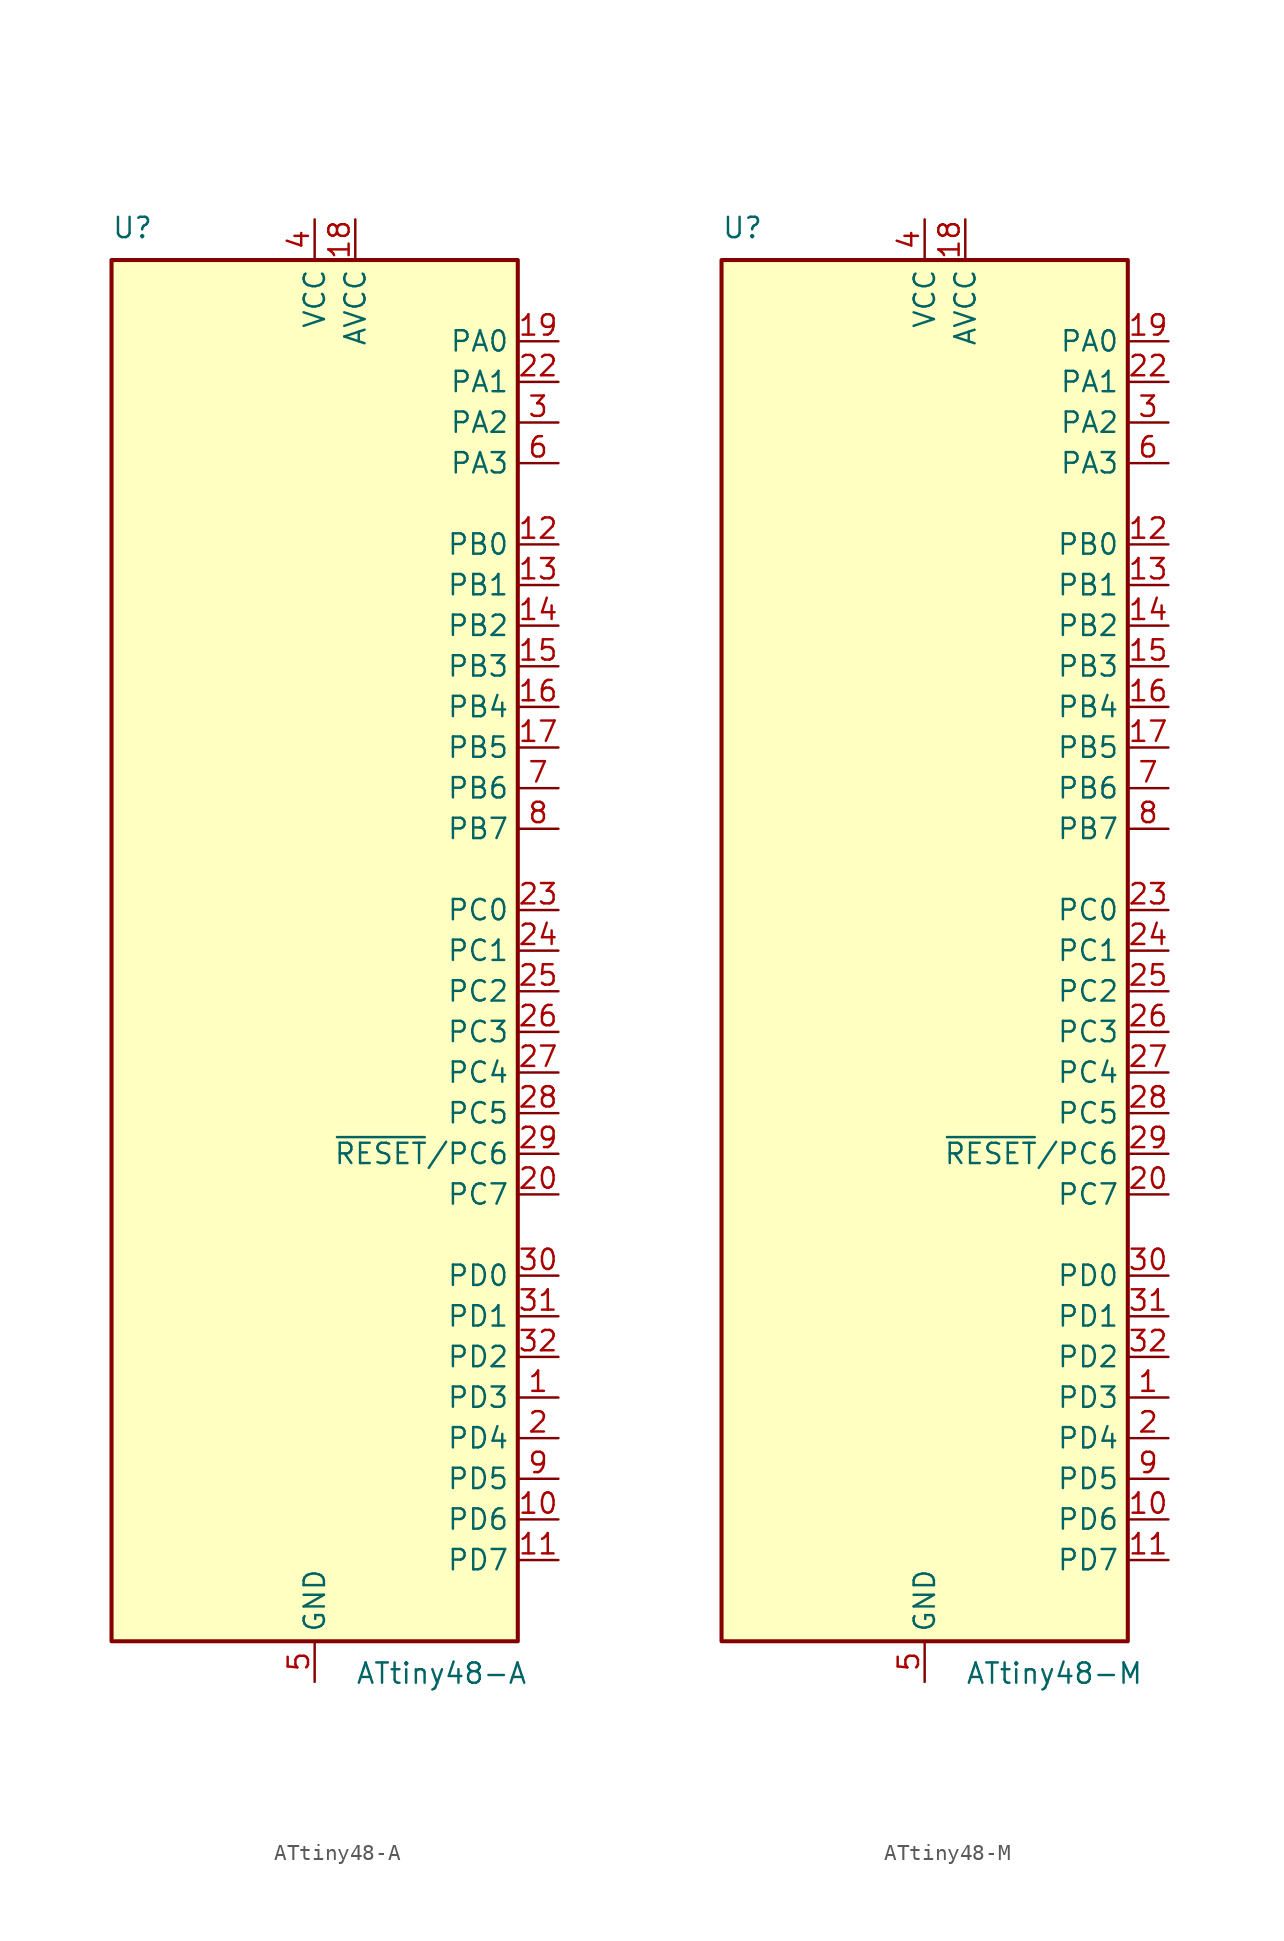
<source format=kicad_sym>
(kicad_symbol_lib
  (version 20241209)
  (generator "kicad_symbol_editor")
  (generator_version "9.0")
  (symbol "ATtiny48-A"
    (property "Reference" "U"
      (at -12.7 44.45 0)
      (effects (font (size 1.27 1.27)) (justify left bottom)))
    (property "Value" "ATtiny48-A"
      (at 2.54 -44.45 0)
      (effects (font (size 1.27 1.27)) (justify left top)))
    (symbol "ATtiny48-A_0_1"
      (rectangle (start -12.7 -43.18) (end 12.7 43.18) (stroke (width 0.254) (type default)) (fill (type background))))
    (symbol "ATtiny48-A_1_1"
      (pin power_in line (at 0 45.72 270) (length 2.54) (name "VCC" (effects (font (size 1.27 1.27)))) (number "4" (effects (font (size 1.27 1.27)))))
      (pin passive line (at 0 -45.72 90) (length 2.54) (hide yes) (name "GND" (effects (font (size 1.27 1.27)))) (number "21" (effects (font (size 1.27 1.27)))))
      (pin power_in line (at 0 -45.72 90) (length 2.54) (name "GND" (effects (font (size 1.27 1.27)))) (number "5" (effects (font (size 1.27 1.27)))))
      (pin power_in line (at 2.54 45.72 270) (length 2.54) (name "AVCC" (effects (font (size 1.27 1.27)))) (number "18" (effects (font (size 1.27 1.27)))))
      (pin bidirectional line (at 15.24 38.1 180) (length 2.54) (name "PA0" (effects (font (size 1.27 1.27)))) (number "19" (effects (font (size 1.27 1.27)))))
      (pin bidirectional line (at 15.24 35.56 180) (length 2.54) (name "PA1" (effects (font (size 1.27 1.27)))) (number "22" (effects (font (size 1.27 1.27)))))
      (pin bidirectional line (at 15.24 33.02 180) (length 2.54) (name "PA2" (effects (font (size 1.27 1.27)))) (number "3" (effects (font (size 1.27 1.27)))))
      (pin bidirectional line (at 15.24 30.48 180) (length 2.54) (name "PA3" (effects (font (size 1.27 1.27)))) (number "6" (effects (font (size 1.27 1.27)))))
      (pin bidirectional line (at 15.24 25.4 180) (length 2.54) (name "PB0" (effects (font (size 1.27 1.27)))) (number "12" (effects (font (size 1.27 1.27)))))
      (pin bidirectional line (at 15.24 22.86 180) (length 2.54) (name "PB1" (effects (font (size 1.27 1.27)))) (number "13" (effects (font (size 1.27 1.27)))))
      (pin bidirectional line (at 15.24 20.32 180) (length 2.54) (name "PB2" (effects (font (size 1.27 1.27)))) (number "14" (effects (font (size 1.27 1.27)))))
      (pin bidirectional line (at 15.24 17.78 180) (length 2.54) (name "PB3" (effects (font (size 1.27 1.27)))) (number "15" (effects (font (size 1.27 1.27)))))
      (pin bidirectional line (at 15.24 15.24 180) (length 2.54) (name "PB4" (effects (font (size 1.27 1.27)))) (number "16" (effects (font (size 1.27 1.27)))))
      (pin bidirectional line (at 15.24 12.7 180) (length 2.54) (name "PB5" (effects (font (size 1.27 1.27)))) (number "17" (effects (font (size 1.27 1.27)))))
      (pin bidirectional line (at 15.24 10.16 180) (length 2.54) (name "PB6" (effects (font (size 1.27 1.27)))) (number "7" (effects (font (size 1.27 1.27)))))
      (pin bidirectional line (at 15.24 7.62 180) (length 2.54) (name "PB7" (effects (font (size 1.27 1.27)))) (number "8" (effects (font (size 1.27 1.27)))))
      (pin bidirectional line (at 15.24 2.54 180) (length 2.54) (name "PC0" (effects (font (size 1.27 1.27)))) (number "23" (effects (font (size 1.27 1.27)))))
      (pin bidirectional line (at 15.24 0 180) (length 2.54) (name "PC1" (effects (font (size 1.27 1.27)))) (number "24" (effects (font (size 1.27 1.27)))))
      (pin bidirectional line (at 15.24 -2.54 180) (length 2.54) (name "PC2" (effects (font (size 1.27 1.27)))) (number "25" (effects (font (size 1.27 1.27)))))
      (pin bidirectional line (at 15.24 -5.08 180) (length 2.54) (name "PC3" (effects (font (size 1.27 1.27)))) (number "26" (effects (font (size 1.27 1.27)))))
      (pin bidirectional line (at 15.24 -7.62 180) (length 2.54) (name "PC4" (effects (font (size 1.27 1.27)))) (number "27" (effects (font (size 1.27 1.27)))))
      (pin bidirectional line (at 15.24 -10.16 180) (length 2.54) (name "PC5" (effects (font (size 1.27 1.27)))) (number "28" (effects (font (size 1.27 1.27)))))
      (pin bidirectional line (at 15.24 -12.7 180) (length 2.54) (name "~{RESET}/PC6" (effects (font (size 1.27 1.27)))) (number "29" (effects (font (size 1.27 1.27)))))
      (pin bidirectional line (at 15.24 -15.24 180) (length 2.54) (name "PC7" (effects (font (size 1.27 1.27)))) (number "20" (effects (font (size 1.27 1.27)))))
      (pin bidirectional line (at 15.24 -20.32 180) (length 2.54) (name "PD0" (effects (font (size 1.27 1.27)))) (number "30" (effects (font (size 1.27 1.27)))))
      (pin bidirectional line (at 15.24 -22.86 180) (length 2.54) (name "PD1" (effects (font (size 1.27 1.27)))) (number "31" (effects (font (size 1.27 1.27)))))
      (pin bidirectional line (at 15.24 -25.4 180) (length 2.54) (name "PD2" (effects (font (size 1.27 1.27)))) (number "32" (effects (font (size 1.27 1.27)))))
      (pin bidirectional line (at 15.24 -27.94 180) (length 2.54) (name "PD3" (effects (font (size 1.27 1.27)))) (number "1" (effects (font (size 1.27 1.27)))))
      (pin bidirectional line (at 15.24 -30.48 180) (length 2.54) (name "PD4" (effects (font (size 1.27 1.27)))) (number "2" (effects (font (size 1.27 1.27)))))
      (pin bidirectional line (at 15.24 -33.02 180) (length 2.54) (name "PD5" (effects (font (size 1.27 1.27)))) (number "9" (effects (font (size 1.27 1.27)))))
      (pin bidirectional line (at 15.24 -35.56 180) (length 2.54) (name "PD6" (effects (font (size 1.27 1.27)))) (number "10" (effects (font (size 1.27 1.27)))))
      (pin bidirectional line (at 15.24 -38.1 180) (length 2.54) (name "PD7" (effects (font (size 1.27 1.27)))) (number "11" (effects (font (size 1.27 1.27)))))))
  (symbol "ATtiny48-M"
    (property "Reference" "U"
      (at -12.7 44.45 0)
      (effects (font (size 1.27 1.27)) (justify left bottom)))
    (property "Value" "ATtiny48-M"
      (at 2.54 -44.45 0)
      (effects (font (size 1.27 1.27)) (justify left top)))
    (symbol "ATtiny48-M_0_1"
      (rectangle (start -12.7 -43.18) (end 12.7 43.18) (stroke (width 0.254) (type default)) (fill (type background))))
    (symbol "ATtiny48-M_1_1"
      (pin power_in line (at 0 45.72 270) (length 2.54) (name "VCC" (effects (font (size 1.27 1.27)))) (number "4" (effects (font (size 1.27 1.27)))))
      (pin passive line (at 0 -45.72 90) (length 2.54) (hide yes) (name "GND" (effects (font (size 1.27 1.27)))) (number "21" (effects (font (size 1.27 1.27)))))
      (pin passive line (at 0 -45.72 90) (length 2.54) (hide yes) (name "GND" (effects (font (size 1.27 1.27)))) (number "33" (effects (font (size 1.27 1.27)))))
      (pin power_in line (at 0 -45.72 90) (length 2.54) (name "GND" (effects (font (size 1.27 1.27)))) (number "5" (effects (font (size 1.27 1.27)))))
      (pin power_in line (at 2.54 45.72 270) (length 2.54) (name "AVCC" (effects (font (size 1.27 1.27)))) (number "18" (effects (font (size 1.27 1.27)))))
      (pin bidirectional line (at 15.24 38.1 180) (length 2.54) (name "PA0" (effects (font (size 1.27 1.27)))) (number "19" (effects (font (size 1.27 1.27)))))
      (pin bidirectional line (at 15.24 35.56 180) (length 2.54) (name "PA1" (effects (font (size 1.27 1.27)))) (number "22" (effects (font (size 1.27 1.27)))))
      (pin bidirectional line (at 15.24 33.02 180) (length 2.54) (name "PA2" (effects (font (size 1.27 1.27)))) (number "3" (effects (font (size 1.27 1.27)))))
      (pin bidirectional line (at 15.24 30.48 180) (length 2.54) (name "PA3" (effects (font (size 1.27 1.27)))) (number "6" (effects (font (size 1.27 1.27)))))
      (pin bidirectional line (at 15.24 25.4 180) (length 2.54) (name "PB0" (effects (font (size 1.27 1.27)))) (number "12" (effects (font (size 1.27 1.27)))))
      (pin bidirectional line (at 15.24 22.86 180) (length 2.54) (name "PB1" (effects (font (size 1.27 1.27)))) (number "13" (effects (font (size 1.27 1.27)))))
      (pin bidirectional line (at 15.24 20.32 180) (length 2.54) (name "PB2" (effects (font (size 1.27 1.27)))) (number "14" (effects (font (size 1.27 1.27)))))
      (pin bidirectional line (at 15.24 17.78 180) (length 2.54) (name "PB3" (effects (font (size 1.27 1.27)))) (number "15" (effects (font (size 1.27 1.27)))))
      (pin bidirectional line (at 15.24 15.24 180) (length 2.54) (name "PB4" (effects (font (size 1.27 1.27)))) (number "16" (effects (font (size 1.27 1.27)))))
      (pin bidirectional line (at 15.24 12.7 180) (length 2.54) (name "PB5" (effects (font (size 1.27 1.27)))) (number "17" (effects (font (size 1.27 1.27)))))
      (pin bidirectional line (at 15.24 10.16 180) (length 2.54) (name "PB6" (effects (font (size 1.27 1.27)))) (number "7" (effects (font (size 1.27 1.27)))))
      (pin bidirectional line (at 15.24 7.62 180) (length 2.54) (name "PB7" (effects (font (size 1.27 1.27)))) (number "8" (effects (font (size 1.27 1.27)))))
      (pin bidirectional line (at 15.24 2.54 180) (length 2.54) (name "PC0" (effects (font (size 1.27 1.27)))) (number "23" (effects (font (size 1.27 1.27)))))
      (pin bidirectional line (at 15.24 0 180) (length 2.54) (name "PC1" (effects (font (size 1.27 1.27)))) (number "24" (effects (font (size 1.27 1.27)))))
      (pin bidirectional line (at 15.24 -2.54 180) (length 2.54) (name "PC2" (effects (font (size 1.27 1.27)))) (number "25" (effects (font (size 1.27 1.27)))))
      (pin bidirectional line (at 15.24 -5.08 180) (length 2.54) (name "PC3" (effects (font (size 1.27 1.27)))) (number "26" (effects (font (size 1.27 1.27)))))
      (pin bidirectional line (at 15.24 -7.62 180) (length 2.54) (name "PC4" (effects (font (size 1.27 1.27)))) (number "27" (effects (font (size 1.27 1.27)))))
      (pin bidirectional line (at 15.24 -10.16 180) (length 2.54) (name "PC5" (effects (font (size 1.27 1.27)))) (number "28" (effects (font (size 1.27 1.27)))))
      (pin bidirectional line (at 15.24 -12.7 180) (length 2.54) (name "~{RESET}/PC6" (effects (font (size 1.27 1.27)))) (number "29" (effects (font (size 1.27 1.27)))))
      (pin bidirectional line (at 15.24 -15.24 180) (length 2.54) (name "PC7" (effects (font (size 1.27 1.27)))) (number "20" (effects (font (size 1.27 1.27)))))
      (pin bidirectional line (at 15.24 -20.32 180) (length 2.54) (name "PD0" (effects (font (size 1.27 1.27)))) (number "30" (effects (font (size 1.27 1.27)))))
      (pin bidirectional line (at 15.24 -22.86 180) (length 2.54) (name "PD1" (effects (font (size 1.27 1.27)))) (number "31" (effects (font (size 1.27 1.27)))))
      (pin bidirectional line (at 15.24 -25.4 180) (length 2.54) (name "PD2" (effects (font (size 1.27 1.27)))) (number "32" (effects (font (size 1.27 1.27)))))
      (pin bidirectional line (at 15.24 -27.94 180) (length 2.54) (name "PD3" (effects (font (size 1.27 1.27)))) (number "1" (effects (font (size 1.27 1.27)))))
      (pin bidirectional line (at 15.24 -30.48 180) (length 2.54) (name "PD4" (effects (font (size 1.27 1.27)))) (number "2" (effects (font (size 1.27 1.27)))))
      (pin bidirectional line (at 15.24 -33.02 180) (length 2.54) (name "PD5" (effects (font (size 1.27 1.27)))) (number "9" (effects (font (size 1.27 1.27)))))
      (pin bidirectional line (at 15.24 -35.56 180) (length 2.54) (name "PD6" (effects (font (size 1.27 1.27)))) (number "10" (effects (font (size 1.27 1.27)))))
      (pin bidirectional line (at 15.24 -38.1 180) (length 2.54) (name "PD7" (effects (font (size 1.27 1.27)))) (number "11" (effects (font (size 1.27 1.27))))))))
</source>
